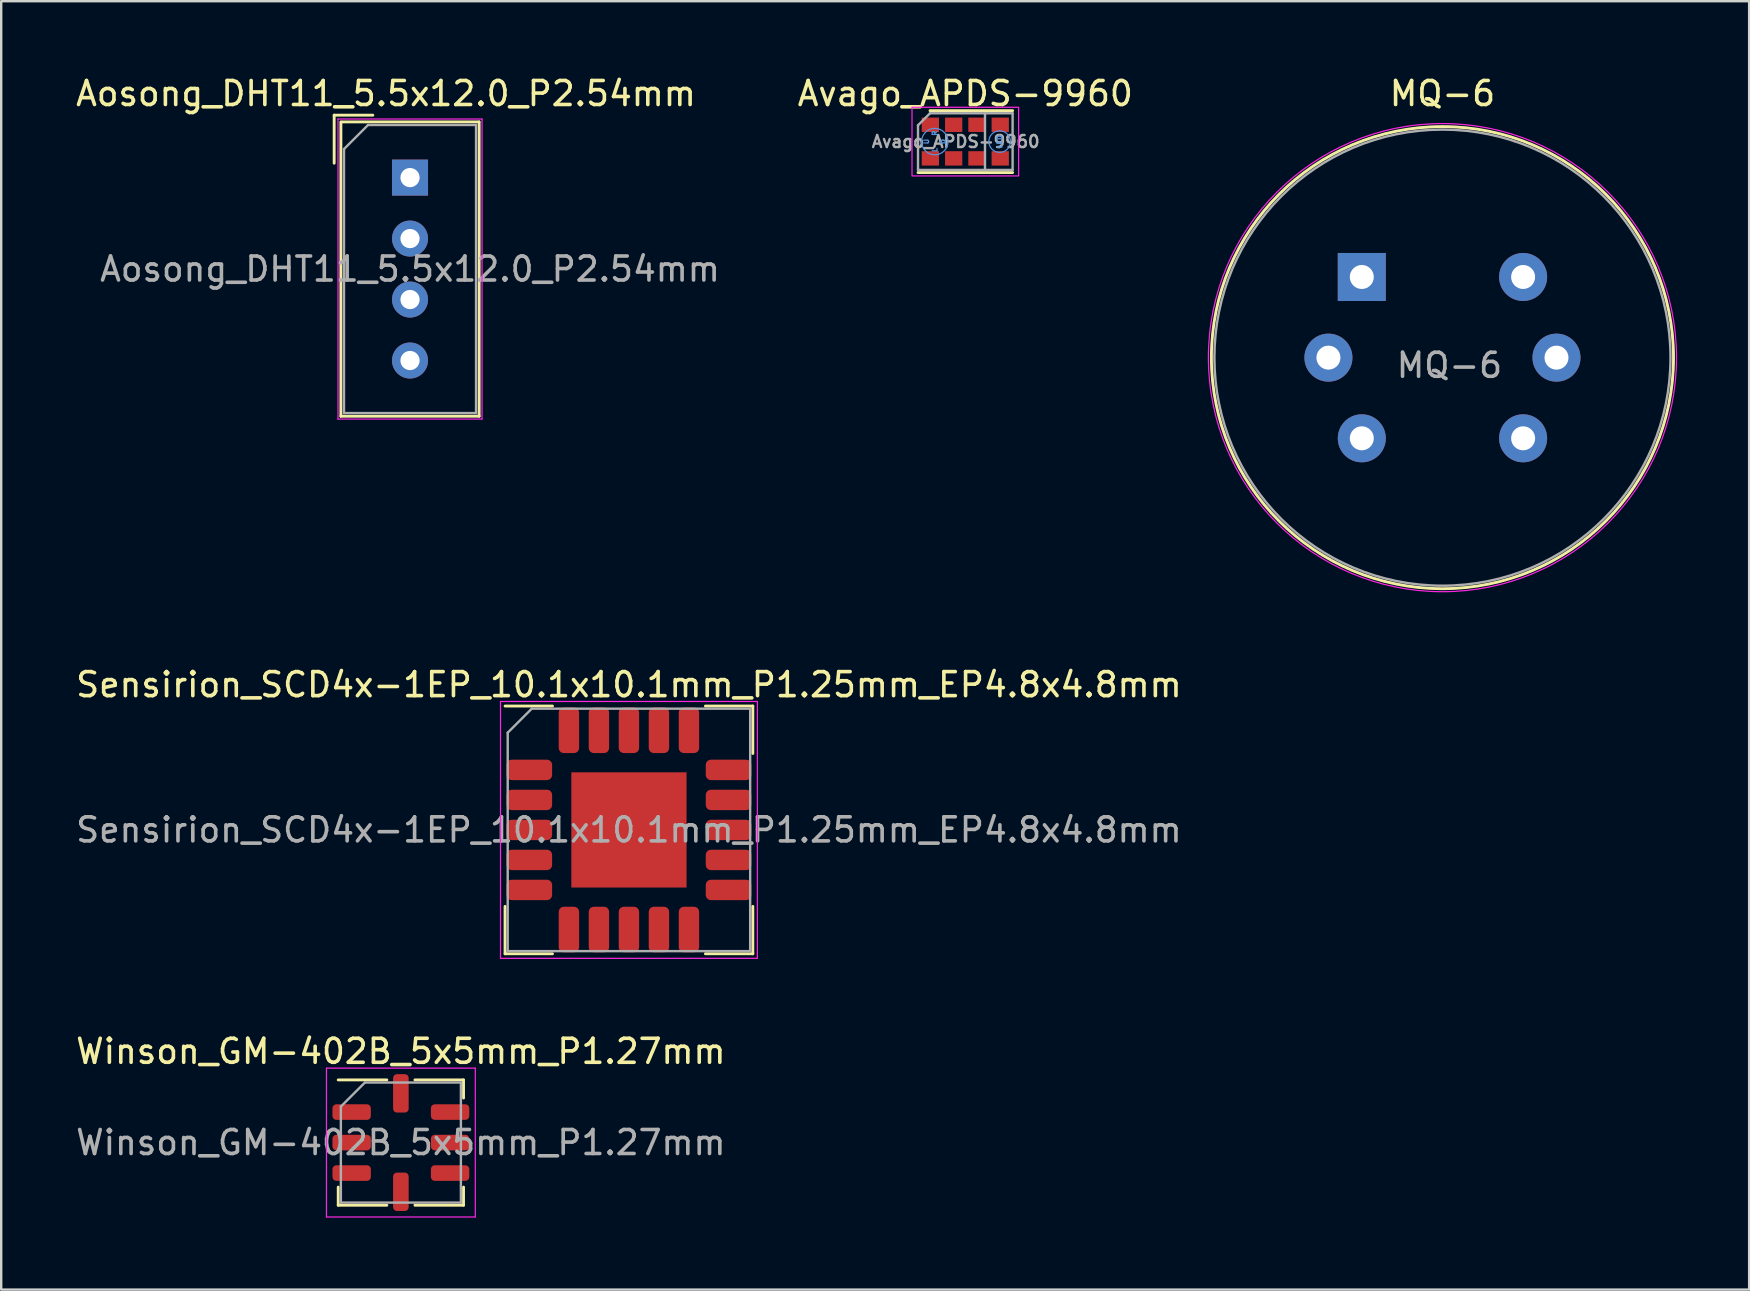
<source format=kicad_pcb>
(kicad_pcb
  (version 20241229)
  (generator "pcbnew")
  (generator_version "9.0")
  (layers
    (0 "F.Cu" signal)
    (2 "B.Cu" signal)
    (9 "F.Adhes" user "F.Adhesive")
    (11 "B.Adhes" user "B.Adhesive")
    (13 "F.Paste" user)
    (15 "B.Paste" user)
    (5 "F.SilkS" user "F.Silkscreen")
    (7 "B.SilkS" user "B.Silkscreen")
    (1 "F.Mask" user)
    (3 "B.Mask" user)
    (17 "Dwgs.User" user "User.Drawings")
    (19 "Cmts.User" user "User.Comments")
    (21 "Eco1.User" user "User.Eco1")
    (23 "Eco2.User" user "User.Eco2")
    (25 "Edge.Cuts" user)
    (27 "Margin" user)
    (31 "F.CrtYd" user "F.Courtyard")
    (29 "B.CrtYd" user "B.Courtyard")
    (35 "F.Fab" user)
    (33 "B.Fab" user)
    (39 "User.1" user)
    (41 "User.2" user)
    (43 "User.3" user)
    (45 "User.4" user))
  (footprint "Sensirion_SCD4x-1EP_10.1x10.1mm_P1.25mm_EP4.8x4.8mm"
    (layer "F.Cu")
    (at 23.149 31.521)
    (property "Reference" "Sensirion_SCD4x-1EP_10.1x10.1mm_P1.25mm_EP4.8x4.8mm" (at 0 -6.05 0) (layer "F.SilkS") (effects (font (size 1 1) (thickness 0.15))))
    (attr smd)
    (fp_line (start -5.16 5.16) (end -5.16 3.185) (stroke (width 0.12) (type solid)) (layer "F.SilkS"))
    (fp_line (start -3.185 -5.16) (end -5.16 -5.16) (stroke (width 0.12) (type solid)) (layer "F.SilkS"))
    (fp_line (start -3.185 5.16) (end -5.16 5.16) (stroke (width 0.12) (type solid)) (layer "F.SilkS"))
    (fp_line (start 3.185 -5.16) (end 5.16 -5.16) (stroke (width 0.12) (type solid)) (layer "F.SilkS"))
    (fp_line (start 3.185 5.16) (end 5.16 5.16) (stroke (width 0.12) (type solid)) (layer "F.SilkS"))
    (fp_line (start 5.16 -5.16) (end 5.16 -3.185) (stroke (width 0.12) (type solid)) (layer "F.SilkS"))
    (fp_line (start 5.16 5.16) (end 5.16 3.185) (stroke (width 0.12) (type solid)) (layer "F.SilkS"))
    (fp_line (start -5.35 -5.35) (end -5.35 5.35) (stroke (width 0.05) (type solid)) (layer "F.CrtYd"))
    (fp_line (start -5.35 5.35) (end 5.35 5.35) (stroke (width 0.05) (type solid)) (layer "F.CrtYd"))
    (fp_line (start 5.35 -5.35) (end -5.35 -5.35) (stroke (width 0.05) (type solid)) (layer "F.CrtYd"))
    (fp_line (start 5.35 5.35) (end 5.35 -5.35) (stroke (width 0.05) (type solid)) (layer "F.CrtYd"))
    (fp_line (start -5.05 -4.05) (end -4.05 -5.05) (stroke (width 0.1) (type solid)) (layer "F.Fab"))
    (fp_line (start -5.05 5.05) (end -5.05 -4.05) (stroke (width 0.1) (type solid)) (layer "F.Fab"))
    (fp_line (start -4.05 -5.05) (end 5.05 -5.05) (stroke (width 0.1) (type solid)) (layer "F.Fab"))
    (fp_line (start 5.05 -5.05) (end 5.05 5.05) (stroke (width 0.1) (type solid)) (layer "F.Fab"))
    (fp_line (start 5.05 5.05) (end -5.05 5.05) (stroke (width 0.1) (type solid)) (layer "F.Fab"))
    (fp_text user "${REFERENCE}" (at 0 0 0) (layer "F.Fab") (effects (font (size 1 1) (thickness 0.15))))
    (pad "" smd roundrect (at -1.2 -1.2) (size 1.93 1.93) (layers "F.Paste") (roundrect_rratio 0.13))
    (pad "" smd roundrect (at -1.2 1.2) (size 1.93 1.93) (layers "F.Paste") (roundrect_rratio 0.13))
    (pad "" smd roundrect (at 1.2 -1.2) (size 1.93 1.93) (layers "F.Paste") (roundrect_rratio 0.13))
    (pad "" smd roundrect (at 1.2 1.2) (size 1.93 1.93) (layers "F.Paste") (roundrect_rratio 0.13))
    (pad "1" smd roundrect (at -4.15 -2.5) (size 1.9 0.85) (layers "F.Cu" "F.Mask" "F.Paste") (roundrect_rratio 0.25))
    (pad "2" smd roundrect (at -4.15 -1.25) (size 1.9 0.85) (layers "F.Cu" "F.Mask" "F.Paste") (roundrect_rratio 0.25))
    (pad "3" smd roundrect (at -4.15 0) (size 1.9 0.85) (layers "F.Cu" "F.Mask" "F.Paste") (roundrect_rratio 0.25))
    (pad "4" smd roundrect (at -4.15 1.25) (size 1.9 0.85) (layers "F.Cu" "F.Mask" "F.Paste") (roundrect_rratio 0.25))
    (pad "5" smd roundrect (at -4.15 2.5) (size 1.9 0.85) (layers "F.Cu" "F.Mask" "F.Paste") (roundrect_rratio 0.25))
    (pad "6" smd roundrect (at -2.5 4.15) (size 0.85 1.9) (layers "F.Cu" "F.Mask" "F.Paste") (roundrect_rratio 0.25))
    (pad "7" smd roundrect (at -1.25 4.15) (size 0.85 1.9) (layers "F.Cu" "F.Mask" "F.Paste") (roundrect_rratio 0.25))
    (pad "8" smd roundrect (at 0 4.15) (size 0.85 1.9) (layers "F.Cu" "F.Mask" "F.Paste") (roundrect_rratio 0.25))
    (pad "9" smd roundrect (at 1.25 4.15) (size 0.85 1.9) (layers "F.Cu" "F.Mask" "F.Paste") (roundrect_rratio 0.25))
    (pad "10" smd roundrect (at 2.5 4.15) (size 0.85 1.9) (layers "F.Cu" "F.Mask" "F.Paste") (roundrect_rratio 0.25))
    (pad "11" smd roundrect (at 4.15 2.5) (size 1.9 0.85) (layers "F.Cu" "F.Mask" "F.Paste") (roundrect_rratio 0.25))
    (pad "12" smd roundrect (at 4.15 1.25) (size 1.9 0.85) (layers "F.Cu" "F.Mask" "F.Paste") (roundrect_rratio 0.25))
    (pad "13" smd roundrect (at 4.15 0) (size 1.9 0.85) (layers "F.Cu" "F.Mask" "F.Paste") (roundrect_rratio 0.25))
    (pad "14" smd roundrect (at 4.15 -1.25) (size 1.9 0.85) (layers "F.Cu" "F.Mask" "F.Paste") (roundrect_rratio 0.25))
    (pad "15" smd roundrect (at 4.15 -2.5) (size 1.9 0.85) (layers "F.Cu" "F.Mask" "F.Paste") (roundrect_rratio 0.25))
    (pad "16" smd roundrect (at 2.5 -4.15) (size 0.85 1.9) (layers "F.Cu" "F.Mask" "F.Paste") (roundrect_rratio 0.25))
    (pad "17" smd roundrect (at 1.25 -4.15) (size 0.85 1.9) (layers "F.Cu" "F.Mask" "F.Paste") (roundrect_rratio 0.25))
    (pad "18" smd roundrect (at 0 -4.15) (size 0.85 1.9) (layers "F.Cu" "F.Mask" "F.Paste") (roundrect_rratio 0.25))
    (pad "19" smd roundrect (at -1.25 -4.15) (size 0.85 1.9) (layers "F.Cu" "F.Mask" "F.Paste") (roundrect_rratio 0.25))
    (pad "20" smd roundrect (at -2.5 -4.15) (size 0.85 1.9) (layers "F.Cu" "F.Mask" "F.Paste") (roundrect_rratio 0.25))
    (pad "21" smd rect (at 0 0) (size 4.8 4.8) (layers "F.Cu" "F.Mask")))
  (footprint "Avago_APDS-9960"
    (layer "F.Cu")
    (at 37.161 2.848)
    (property "Reference" "Avago_APDS-9960" (at 0 -2 0) (unlocked yes) (layer "F.SilkS") (effects (font (size 1 1) (thickness 0.15))))
    (attr smd)
    (fp_line (start -1.97 1.29) (end 1.97 1.29) (stroke (width 0.12) (type solid)) (layer "F.SilkS"))
    (fp_line (start 1.97 -1.29) (end -1.47 -1.29) (stroke (width 0.12) (type solid)) (layer "F.SilkS"))
    (fp_circle (center -1.27 0) (end -0.72 0) (stroke (width 0.05) (type solid)) (fill no) (layer "Cmts.User"))
    (fp_circle (center 1.43 0) (end 1.88 0) (stroke (width 0.05) (type solid)) (fill no) (layer "Cmts.User"))
    (fp_rect (start 2.22 1.43) (end -2.22 -1.43) (stroke (width 0.05) (type solid)) (fill no) (layer "F.CrtYd"))
    (fp_line (start -1.97 -0.68) (end -1.97 1.18) (stroke (width 0.1) (type solid)) (layer "F.Fab"))
    (fp_line (start -1.97 1.18) (end 1.97 1.18) (stroke (width 0.1) (type solid)) (layer "F.Fab"))
    (fp_line (start -1.47 -1.18) (end -1.97 -0.68) (stroke (width 0.1) (type solid)) (layer "F.Fab"))
    (fp_line (start 0.82 1.18) (end 0.82 -1.18) (stroke (width 0.1) (type solid)) (layer "F.Fab"))
    (fp_line (start 1.97 -1.18) (end -1.47 -1.18) (stroke (width 0.1) (type solid)) (layer "F.Fab"))
    (fp_line (start 1.97 -1.18) (end 1.97 1.18) (stroke (width 0.1) (type solid)) (layer "F.Fab"))
    (fp_text user "L" (at -1.27 0.35 90) (unlocked yes) (layer "Cmts.User") (effects (font (size 0.2 0.2) (thickness 0.05))))
    (fp_text user "R" (at -1.27 -0.35 90) (unlocked yes) (layer "Cmts.User") (effects (font (size 0.2 0.2) (thickness 0.05))))
    (fp_text user "U" (at -1.62 0 90) (unlocked yes) (layer "Cmts.User") (effects (font (size 0.2 0.2) (thickness 0.05))))
    (fp_text user "D" (at -0.92 0 90) (unlocked yes) (layer "Cmts.User") (effects (font (size 0.2 0.2) (thickness 0.05))))
    (fp_text user "LED" (at 1.43 0 90) (unlocked yes) (layer "Cmts.User") (effects (font (size 0.2 0.2) (thickness 0.05))))
    (fp_text user "${REFERENCE}" (at -0.4 0 0) (unlocked yes) (layer "F.Fab") (effects (font (size 0.5 0.5) (thickness 0.1))))
    (pad "1" smd rect (at -1.455 -0.7) (size 0.72 0.6) (layers "F.Cu" "F.Mask" "F.Paste"))
    (pad "2" smd rect (at -0.485 -0.7) (size 0.72 0.6) (layers "F.Cu" "F.Mask" "F.Paste"))
    (pad "3" smd rect (at 0.485 -0.7) (size 0.72 0.6) (layers "F.Cu" "F.Mask" "F.Paste"))
    (pad "4" smd rect (at 1.455 -0.7) (size 0.72 0.6) (layers "F.Cu" "F.Mask" "F.Paste"))
    (pad "5" smd rect (at 1.455 0.7) (size 0.72 0.6) (layers "F.Cu" "F.Mask" "F.Paste"))
    (pad "6" smd rect (at 0.485 0.7) (size 0.72 0.6) (layers "F.Cu" "F.Mask" "F.Paste"))
    (pad "7" smd rect (at -0.485 0.7) (size 0.72 0.6) (layers "F.Cu" "F.Mask" "F.Paste"))
    (pad "8" smd rect (at -1.455 0.7) (size 0.72 0.6) (layers "F.Cu" "F.Mask" "F.Paste")))
  (footprint "MQ-6"
    (layer "F.Cu")
    (at 53.677 8.488)
    (property "Reference" "MQ-6" (at 3.36 -7.64 0) (layer "F.SilkS") (effects (font (size 1 1) (thickness 0.15))))
    (attr through_hole)
    (fp_circle (center 3.36 3.36) (end 12.985 3.36) (stroke (width 0.12) (type solid)) (fill no) (layer "F.SilkS"))
    (fp_circle (center 3.36 3.36) (end 13.11 3.36) (stroke (width 0.05) (type solid)) (fill no) (layer "F.CrtYd"))
    (fp_circle (center 3.36 3.36) (end 12.86 3.36) (stroke (width 0.1) (type solid)) (fill no) (layer "F.Fab"))
    (fp_text user "${REFERENCE}" (at 3.65 3.68 0) (layer "F.Fab") (effects (font (size 1 1) (thickness 0.15))))
    (pad "1" thru_hole rect (at 0 0) (size 2 2) (drill 1) (layers "*.Cu" "*.Mask"))
    (pad "2" thru_hole circle (at -1.39 3.36) (size 2 2) (drill 1) (layers "*.Cu" "*.Mask"))
    (pad "3" thru_hole circle (at 0 6.72 90) (size 2 2) (drill 1) (layers "*.Cu" "*.Mask"))
    (pad "4" thru_hole circle (at 6.72 6.72 180) (size 2 2) (drill 1) (layers "*.Cu" "*.Mask"))
    (pad "5" thru_hole circle (at 8.11 3.36) (size 2 2) (drill 1) (layers "*.Cu" "*.Mask"))
    (pad "6" thru_hole circle (at 6.72 0 270) (size 2 2) (drill 1) (layers "*.Cu" "*.Mask")))
  (footprint "Aosong_DHT11_5.5x12.0_P2.54mm"
    (layer "F.Cu")
    (at 14.03 4.348)
    (property "Reference" "Aosong_DHT11_5.5x12.0_P2.54mm" (at -1 -3.5 0) (layer "F.SilkS") (effects (font (size 1 1) (thickness 0.15))))
    (attr through_hole)
    (fp_line (start -3.16 -2.6) (end -3.16 -0.6) (stroke (width 0.12) (type solid)) (layer "F.SilkS"))
    (fp_line (start -3.16 -2.6) (end -1.55 -2.6) (stroke (width 0.12) (type solid)) (layer "F.SilkS"))
    (fp_line (start -2.88 9.94) (end -2.88 -2.31) (stroke (width 0.12) (type solid)) (layer "F.SilkS"))
    (fp_line (start -2.87 -2.32) (end 2.87 -2.32) (stroke (width 0.12) (type solid)) (layer "F.SilkS"))
    (fp_line (start 2.88 -2.32) (end 2.88 9.94) (stroke (width 0.12) (type solid)) (layer "F.SilkS"))
    (fp_line (start 2.88 9.94) (end -2.88 9.94) (stroke (width 0.12) (type solid)) (layer "F.SilkS"))
    (fp_line (start -3 -2.44) (end 3 -2.44) (stroke (width 0.05) (type solid)) (layer "F.CrtYd"))
    (fp_line (start -3 10.06) (end -3 -2.44) (stroke (width 0.05) (type solid)) (layer "F.CrtYd"))
    (fp_line (start 3 -2.44) (end 3 10.06) (stroke (width 0.05) (type solid)) (layer "F.CrtYd"))
    (fp_line (start 3 10.06) (end -3 10.06) (stroke (width 0.05) (type solid)) (layer "F.CrtYd"))
    (fp_line (start -2.75 -1.19) (end -2.75 9.81) (stroke (width 0.1) (type solid)) (layer "F.Fab"))
    (fp_line (start -2.75 -1.19) (end -1.75 -2.19) (stroke (width 0.1) (type solid)) (layer "F.Fab"))
    (fp_line (start -1.75 -2.19) (end 2.75 -2.19) (stroke (width 0.1) (type solid)) (layer "F.Fab"))
    (fp_line (start 2.75 -2.19) (end 2.75 9.81) (stroke (width 0.1) (type solid)) (layer "F.Fab"))
    (fp_line (start 2.75 9.81) (end -2.75 9.81) (stroke (width 0.1) (type solid)) (layer "F.Fab"))
    (fp_text user "${REFERENCE}" (at 0 3.81 0) (layer "F.Fab") (effects (font (size 1 1) (thickness 0.15))))
    (pad "1" thru_hole rect (at 0 0) (size 1.5 1.5) (drill 0.8) (layers "*.Cu" "*.Mask"))
    (pad "2" thru_hole circle (at 0 2.54) (size 1.5 1.5) (drill 0.8) (layers "*.Cu" "*.Mask"))
    (pad "3" thru_hole circle (at 0 5.08) (size 1.5 1.5) (drill 0.8) (layers "*.Cu" "*.Mask"))
    (pad "4" thru_hole circle (at 0 7.62) (size 1.5 1.5) (drill 0.8) (layers "*.Cu" "*.Mask")))
  (footprint "Winson_GM-402B_5x5mm_P1.27mm"
    (layer "F.Cu")
    (at 13.649 44.545)
    (property "Reference" "Winson_GM-402B_5x5mm_P1.27mm" (at 0 -3.8 0) (layer "F.SilkS") (effects (font (size 1 1) (thickness 0.15))))
    (attr smd)
    (fp_line (start -2.61 2.61) (end -2.61 1.855) (stroke (width 0.12) (type solid)) (layer "F.SilkS"))
    (fp_line (start -0.585 -2.61) (end -2.61 -2.61) (stroke (width 0.12) (type solid)) (layer "F.SilkS"))
    (fp_line (start -0.585 2.61) (end -2.61 2.61) (stroke (width 0.12) (type solid)) (layer "F.SilkS"))
    (fp_line (start 0.585 -2.61) (end 2.61 -2.61) (stroke (width 0.12) (type solid)) (layer "F.SilkS"))
    (fp_line (start 0.585 2.61) (end 2.61 2.61) (stroke (width 0.12) (type solid)) (layer "F.SilkS"))
    (fp_line (start 2.61 -2.61) (end 2.61 -1.855) (stroke (width 0.12) (type solid)) (layer "F.SilkS"))
    (fp_line (start 2.61 2.61) (end 2.61 1.855) (stroke (width 0.12) (type solid)) (layer "F.SilkS"))
    (fp_line (start -3.1 -3.1) (end -3.1 3.1) (stroke (width 0.05) (type solid)) (layer "F.CrtYd"))
    (fp_line (start -3.1 3.1) (end 3.1 3.1) (stroke (width 0.05) (type solid)) (layer "F.CrtYd"))
    (fp_line (start 3.1 -3.1) (end -3.1 -3.1) (stroke (width 0.05) (type solid)) (layer "F.CrtYd"))
    (fp_line (start 3.1 3.1) (end 3.1 -3.1) (stroke (width 0.05) (type solid)) (layer "F.CrtYd"))
    (fp_line (start -2.5 -1.5) (end -1.5 -2.5) (stroke (width 0.1) (type solid)) (layer "F.Fab"))
    (fp_line (start -2.5 2.5) (end -2.5 -1.5) (stroke (width 0.1) (type solid)) (layer "F.Fab"))
    (fp_line (start -1.5 -2.5) (end 2.5 -2.5) (stroke (width 0.1) (type solid)) (layer "F.Fab"))
    (fp_line (start 2.5 -2.5) (end 2.5 2.5) (stroke (width 0.1) (type solid)) (layer "F.Fab"))
    (fp_line (start 2.5 2.5) (end -2.5 2.5) (stroke (width 0.1) (type solid)) (layer "F.Fab"))
    (fp_text user "${REFERENCE}" (at 0 0 0) (layer "F.Fab") (effects (font (size 1 1) (thickness 0.15))))
    (pad "1" smd roundrect (at -2.05 -1.27) (size 1.6 0.65) (layers "F.Cu" "F.Mask" "F.Paste") (roundrect_rratio 0.25))
    (pad "2" smd roundrect (at -2.05 0) (size 1.6 0.65) (layers "F.Cu" "F.Mask" "F.Paste") (roundrect_rratio 0.25))
    (pad "3" smd roundrect (at -2.05 1.27) (size 1.6 0.65) (layers "F.Cu" "F.Mask" "F.Paste") (roundrect_rratio 0.25))
    (pad "4" smd roundrect (at 0 2.05) (size 0.65 1.6) (layers "F.Cu" "F.Mask" "F.Paste") (roundrect_rratio 0.25))
    (pad "5" smd roundrect (at 2.05 1.27) (size 1.6 0.65) (layers "F.Cu" "F.Mask" "F.Paste") (roundrect_rratio 0.25))
    (pad "6" smd roundrect (at 2.05 0) (size 1.6 0.65) (layers "F.Cu" "F.Mask" "F.Paste") (roundrect_rratio 0.25))
    (pad "7" smd roundrect (at 2.05 -1.27) (size 1.6 0.65) (layers "F.Cu" "F.Mask" "F.Paste") (roundrect_rratio 0.25))
    (pad "8" smd roundrect (at 0 -2.05) (size 0.65 1.6) (layers "F.Cu" "F.Mask" "F.Paste") (roundrect_rratio 0.25)))
  (gr_rect
    (start -3 -3)
    (end 69.812 50.67)
    (stroke (width 0.1) (type default))
    (fill no)
    (layer "Edge.Cuts")))
</source>
